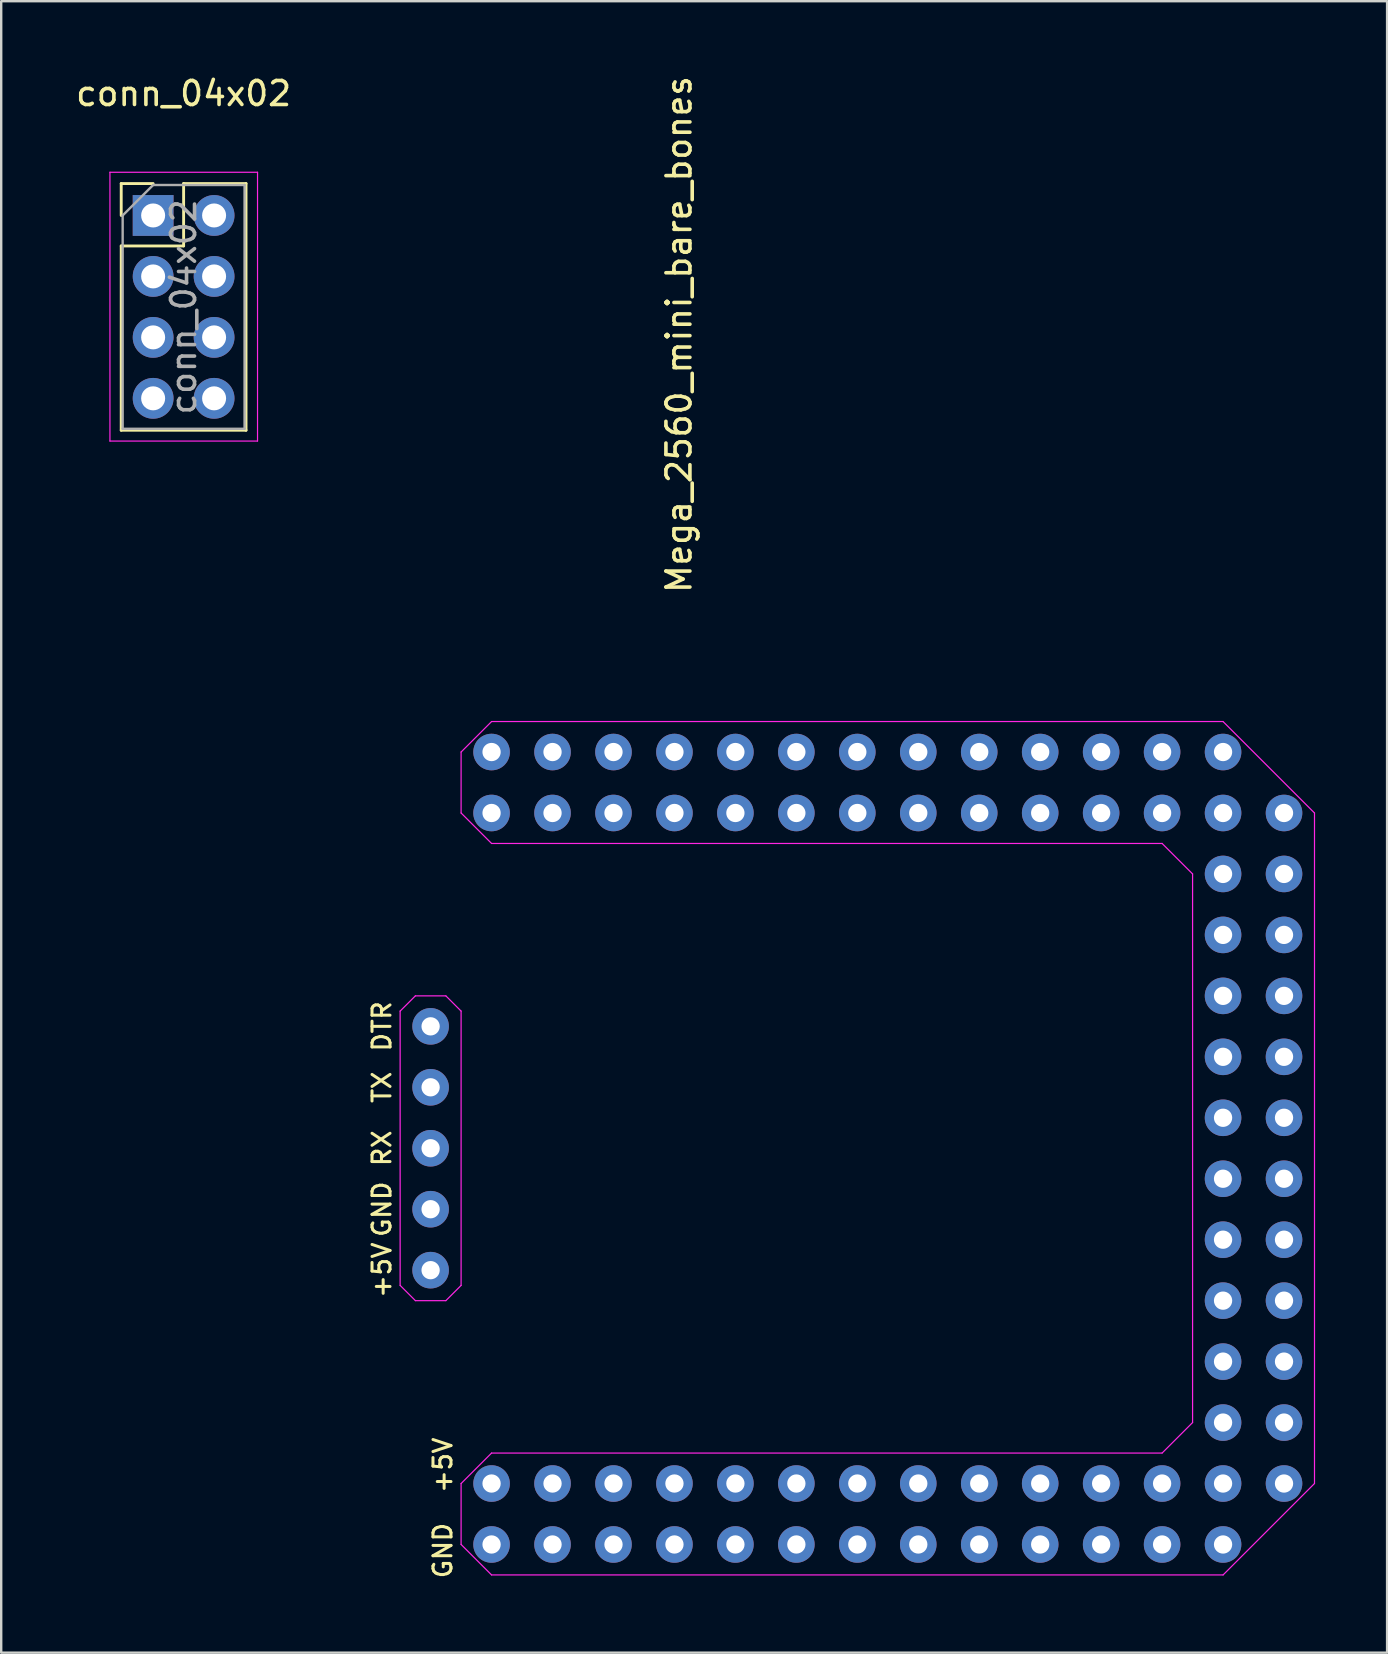
<source format=kicad_pcb>
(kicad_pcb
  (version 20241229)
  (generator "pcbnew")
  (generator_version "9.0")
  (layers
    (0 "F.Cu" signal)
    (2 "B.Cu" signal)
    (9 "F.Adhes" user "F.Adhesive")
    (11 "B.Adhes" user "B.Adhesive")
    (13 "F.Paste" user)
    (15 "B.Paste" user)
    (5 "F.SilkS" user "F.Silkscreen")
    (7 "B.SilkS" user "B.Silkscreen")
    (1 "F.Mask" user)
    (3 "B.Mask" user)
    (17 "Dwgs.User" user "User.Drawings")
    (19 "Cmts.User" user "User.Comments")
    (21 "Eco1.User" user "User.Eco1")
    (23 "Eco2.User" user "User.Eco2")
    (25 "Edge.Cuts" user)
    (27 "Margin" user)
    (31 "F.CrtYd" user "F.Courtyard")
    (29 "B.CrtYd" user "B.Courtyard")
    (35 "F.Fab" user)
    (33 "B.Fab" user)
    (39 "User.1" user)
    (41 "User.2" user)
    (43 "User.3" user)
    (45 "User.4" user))
  (footprint "Mega_2560_mini_bare_bones"
    (layer "F.Cu")
    (at 33.943 44.796)
    (property "Reference" "Mega_2560_mini_bare_bones" (at -8.7 -33.909 90) (layer "F.SilkS") (effects (font (size 1 1) (thickness 0.15))))
    (attr through_hole)
    (fp_line (start -20.32 -5.715) (end -20.32 5.715) (stroke (width 0.05) (type solid)) (layer "F.CrtYd"))
    (fp_line (start -20.32 -5.715) (end -19.685 -6.35) (stroke (width 0.05) (type solid)) (layer "F.CrtYd"))
    (fp_line (start -19.685 6.35) (end -20.32 5.715) (stroke (width 0.05) (type solid)) (layer "F.CrtYd"))
    (fp_line (start -18.415 -6.35) (end -19.685 -6.35) (stroke (width 0.05) (type solid)) (layer "F.CrtYd"))
    (fp_line (start -18.415 6.35) (end -19.685 6.35) (stroke (width 0.05) (type solid)) (layer "F.CrtYd"))
    (fp_line (start -17.78 -16.51) (end -17.78 -13.97) (stroke (width 0.05) (type solid)) (layer "F.CrtYd"))
    (fp_line (start -17.78 -5.715) (end -18.415 -6.35) (stroke (width 0.05) (type solid)) (layer "F.CrtYd"))
    (fp_line (start -17.78 -5.715) (end -17.78 5.715) (stroke (width 0.05) (type solid)) (layer "F.CrtYd"))
    (fp_line (start -17.78 5.715) (end -18.415 6.35) (stroke (width 0.05) (type solid)) (layer "F.CrtYd"))
    (fp_line (start -17.78 13.97) (end -17.78 16.51) (stroke (width 0.05) (type solid)) (layer "F.CrtYd"))
    (fp_line (start -17.78 13.97) (end -16.51 12.7) (stroke (width 0.05) (type solid)) (layer "F.CrtYd"))
    (fp_line (start -17.78 16.51) (end -16.51 17.78) (stroke (width 0.05) (type solid)) (layer "F.CrtYd"))
    (fp_line (start -16.51 -17.78) (end -17.78 -16.51) (stroke (width 0.05) (type solid)) (layer "F.CrtYd"))
    (fp_line (start -16.51 -12.7) (end -17.78 -13.97) (stroke (width 0.05) (type solid)) (layer "F.CrtYd"))
    (fp_line (start -16.51 17.78) (end 13.97 17.78) (stroke (width 0.05) (type solid)) (layer "F.CrtYd"))
    (fp_line (start 11.43 -12.7) (end -16.51 -12.7) (stroke (width 0.05) (type solid)) (layer "F.CrtYd"))
    (fp_line (start 11.43 -12.7) (end 12.7 -11.43) (stroke (width 0.05) (type solid)) (layer "F.CrtYd"))
    (fp_line (start 11.43 12.7) (end -16.51 12.7) (stroke (width 0.05) (type solid)) (layer "F.CrtYd"))
    (fp_line (start 12.7 -11.43) (end 12.7 11.43) (stroke (width 0.05) (type solid)) (layer "F.CrtYd"))
    (fp_line (start 12.7 11.43) (end 11.43 12.7) (stroke (width 0.05) (type solid)) (layer "F.CrtYd"))
    (fp_line (start 13.97 -17.78) (end -16.51 -17.78) (stroke (width 0.05) (type solid)) (layer "F.CrtYd"))
    (fp_line (start 13.97 -17.78) (end 17.78 -13.97) (stroke (width 0.05) (type solid)) (layer "F.CrtYd"))
    (fp_line (start 17.78 13.97) (end 13.97 17.78) (stroke (width 0.05) (type solid)) (layer "F.CrtYd"))
    (fp_line (start 17.78 13.97) (end 17.78 -13.97) (stroke (width 0.05) (type solid)) (layer "F.CrtYd"))
    (fp_text user "GND" (at -18.542 16.764 270) (layer "F.SilkS") (effects (font (size 0.75 0.75) (thickness 0.125))))
    (fp_text user "+5V" (at -18.542 13.208 270) (layer "F.SilkS") (effects (font (size 0.75 0.75) (thickness 0.125))))
    (fp_text user "+5V" (at -21.082 5.08 270) (layer "F.SilkS") (effects (font (size 0.75 0.75) (thickness 0.125))))
    (fp_text user "GND" (at -21.082 2.54 270) (layer "F.SilkS") (effects (font (size 0.75 0.75) (thickness 0.125))))
    (fp_text user "RX" (at -21.082 0 270) (layer "F.SilkS") (effects (font (size 0.75 0.75) (thickness 0.125))))
    (fp_text user "TX" (at -21.082 -2.54 270) (layer "F.SilkS") (effects (font (size 0.75 0.75) (thickness 0.125))))
    (fp_text user "DTR" (at -21.082 -5.08 270) (layer "F.SilkS") (effects (font (size 0.75 0.75) (thickness 0.125))))
    (pad "1" thru_hole circle (at -16.51 13.97) (size 1.524 1.524) (drill 0.762) (layers "*.Cu" "*.Mask"))
    (pad "2" thru_hole circle (at -13.97 13.97) (size 1.524 1.524) (drill 0.762) (layers "*.Cu" "*.Mask"))
    (pad "3" thru_hole circle (at -11.43 13.97) (size 1.524 1.524) (drill 0.762) (layers "*.Cu" "*.Mask"))
    (pad "4" thru_hole circle (at -8.89 13.97) (size 1.524 1.524) (drill 0.762) (layers "*.Cu" "*.Mask"))
    (pad "5" thru_hole circle (at -6.35 13.97) (size 1.524 1.524) (drill 0.762) (layers "*.Cu" "*.Mask"))
    (pad "6" thru_hole circle (at -3.81 13.97) (size 1.524 1.524) (drill 0.762) (layers "*.Cu" "*.Mask"))
    (pad "7" thru_hole circle (at -1.27 13.97) (size 1.524 1.524) (drill 0.762) (layers "*.Cu" "*.Mask"))
    (pad "8" thru_hole circle (at 1.27 13.97) (size 1.524 1.524) (drill 0.762) (layers "*.Cu" "*.Mask"))
    (pad "9" thru_hole circle (at 3.81 13.97) (size 1.524 1.524) (drill 0.762) (layers "*.Cu" "*.Mask"))
    (pad "10" thru_hole circle (at 6.35 13.97) (size 1.524 1.524) (drill 0.762) (layers "*.Cu" "*.Mask"))
    (pad "11" thru_hole circle (at 8.89 13.97) (size 1.524 1.524) (drill 0.762) (layers "*.Cu" "*.Mask"))
    (pad "12" thru_hole circle (at 11.43 13.97) (size 1.524 1.524) (drill 0.762) (layers "*.Cu" "*.Mask"))
    (pad "13" thru_hole circle (at 13.97 13.97) (size 1.524 1.524) (drill 0.762) (layers "*.Cu" "*.Mask"))
    (pad "14" thru_hole circle (at -16.51 16.51) (size 1.524 1.524) (drill 0.762) (layers "*.Cu" "*.Mask"))
    (pad "15" thru_hole circle (at -13.97 16.51) (size 1.524 1.524) (drill 0.762) (layers "*.Cu" "*.Mask"))
    (pad "16" thru_hole circle (at -11.43 16.51) (size 1.524 1.524) (drill 0.762) (layers "*.Cu" "*.Mask"))
    (pad "17" thru_hole circle (at -8.89 16.51) (size 1.524 1.524) (drill 0.762) (layers "*.Cu" "*.Mask"))
    (pad "18" thru_hole circle (at -6.35 16.51) (size 1.524 1.524) (drill 0.762) (layers "*.Cu" "*.Mask"))
    (pad "19" thru_hole circle (at -3.81 16.51) (size 1.524 1.524) (drill 0.762) (layers "*.Cu" "*.Mask"))
    (pad "20" thru_hole circle (at -1.27 16.51) (size 1.524 1.524) (drill 0.762) (layers "*.Cu" "*.Mask"))
    (pad "21" thru_hole circle (at 1.27 16.51) (size 1.524 1.524) (drill 0.762) (layers "*.Cu" "*.Mask"))
    (pad "22" thru_hole circle (at 3.81 16.51) (size 1.524 1.524) (drill 0.762) (layers "*.Cu" "*.Mask"))
    (pad "23" thru_hole circle (at 6.35 16.51) (size 1.524 1.524) (drill 0.762) (layers "*.Cu" "*.Mask"))
    (pad "24" thru_hole circle (at 8.89 16.51) (size 1.524 1.524) (drill 0.762) (layers "*.Cu" "*.Mask"))
    (pad "25" thru_hole circle (at 11.43 16.51) (size 1.524 1.524) (drill 0.762) (layers "*.Cu" "*.Mask"))
    (pad "26" thru_hole circle (at 13.97 16.51) (size 1.524 1.524) (drill 0.762) (layers "*.Cu" "*.Mask"))
    (pad "27" thru_hole circle (at 13.97 -11.43) (size 1.524 1.524) (drill 0.762) (layers "*.Cu" "*.Mask"))
    (pad "28" thru_hole circle (at 13.97 -8.89) (size 1.524 1.524) (drill 0.762) (layers "*.Cu" "*.Mask"))
    (pad "29" thru_hole circle (at 13.97 -6.35) (size 1.524 1.524) (drill 0.762) (layers "*.Cu" "*.Mask"))
    (pad "30" thru_hole circle (at 13.97 -3.81) (size 1.524 1.524) (drill 0.762) (layers "*.Cu" "*.Mask"))
    (pad "31" thru_hole circle (at 13.97 -1.27) (size 1.524 1.524) (drill 0.762) (layers "*.Cu" "*.Mask"))
    (pad "32" thru_hole circle (at 13.97 1.27) (size 1.524 1.524) (drill 0.762) (layers "*.Cu" "*.Mask"))
    (pad "33" thru_hole circle (at 13.97 3.81) (size 1.524 1.524) (drill 0.762) (layers "*.Cu" "*.Mask"))
    (pad "34" thru_hole circle (at 13.97 6.35) (size 1.524 1.524) (drill 0.762) (layers "*.Cu" "*.Mask"))
    (pad "35" thru_hole circle (at 13.97 8.89) (size 1.524 1.524) (drill 0.762) (layers "*.Cu" "*.Mask"))
    (pad "36" thru_hole circle (at 13.97 11.43) (size 1.524 1.524) (drill 0.762) (layers "*.Cu" "*.Mask"))
    (pad "37" thru_hole circle (at 16.51 -13.97) (size 1.524 1.524) (drill 0.762) (layers "*.Cu" "*.Mask"))
    (pad "38" thru_hole circle (at 16.51 -11.43) (size 1.524 1.524) (drill 0.762) (layers "*.Cu" "*.Mask"))
    (pad "39" thru_hole circle (at 16.51 -8.89) (size 1.524 1.524) (drill 0.762) (layers "*.Cu" "*.Mask"))
    (pad "40" thru_hole circle (at 16.51 -6.35) (size 1.524 1.524) (drill 0.762) (layers "*.Cu" "*.Mask"))
    (pad "41" thru_hole circle (at 16.51 -3.81) (size 1.524 1.524) (drill 0.762) (layers "*.Cu" "*.Mask"))
    (pad "42" thru_hole circle (at 16.51 -1.27) (size 1.524 1.524) (drill 0.762) (layers "*.Cu" "*.Mask"))
    (pad "43" thru_hole circle (at 16.51 1.27) (size 1.524 1.524) (drill 0.762) (layers "*.Cu" "*.Mask"))
    (pad "44" thru_hole circle (at 16.51 3.81) (size 1.524 1.524) (drill 0.762) (layers "*.Cu" "*.Mask"))
    (pad "45" thru_hole circle (at 16.51 6.35) (size 1.524 1.524) (drill 0.762) (layers "*.Cu" "*.Mask"))
    (pad "46" thru_hole circle (at 16.51 8.89) (size 1.524 1.524) (drill 0.762) (layers "*.Cu" "*.Mask"))
    (pad "47" thru_hole circle (at 16.51 11.43) (size 1.524 1.524) (drill 0.762) (layers "*.Cu" "*.Mask"))
    (pad "48" thru_hole circle (at 16.51 13.97) (size 1.524 1.524) (drill 0.762) (layers "*.Cu" "*.Mask"))
    (pad "49" thru_hole circle (at -16.51 -13.97) (size 1.524 1.524) (drill 0.762) (layers "*.Cu" "*.Mask"))
    (pad "50" thru_hole circle (at -13.97 -13.97) (size 1.524 1.524) (drill 0.762) (layers "*.Cu" "*.Mask"))
    (pad "51" thru_hole circle (at -11.43 -13.97) (size 1.524 1.524) (drill 0.762) (layers "*.Cu" "*.Mask"))
    (pad "52" thru_hole circle (at -8.89 -13.97) (size 1.524 1.524) (drill 0.762) (layers "*.Cu" "*.Mask"))
    (pad "53" thru_hole circle (at -6.35 -13.97) (size 1.524 1.524) (drill 0.762) (layers "*.Cu" "*.Mask"))
    (pad "54" thru_hole circle (at -3.81 -13.97) (size 1.524 1.524) (drill 0.762) (layers "*.Cu" "*.Mask"))
    (pad "55" thru_hole circle (at -1.27 -13.97) (size 1.524 1.524) (drill 0.762) (layers "*.Cu" "*.Mask"))
    (pad "56" thru_hole circle (at 1.27 -13.97) (size 1.524 1.524) (drill 0.762) (layers "*.Cu" "*.Mask"))
    (pad "57" thru_hole circle (at 3.81 -13.97) (size 1.524 1.524) (drill 0.762) (layers "*.Cu" "*.Mask"))
    (pad "58" thru_hole circle (at 6.35 -13.97) (size 1.524 1.524) (drill 0.762) (layers "*.Cu" "*.Mask"))
    (pad "59" thru_hole circle (at 8.89 -13.97) (size 1.524 1.524) (drill 0.762) (layers "*.Cu" "*.Mask"))
    (pad "60" thru_hole circle (at 11.43 -13.97) (size 1.524 1.524) (drill 0.762) (layers "*.Cu" "*.Mask"))
    (pad "61" thru_hole circle (at 13.97 -13.97) (size 1.524 1.524) (drill 0.762) (layers "*.Cu" "*.Mask"))
    (pad "62" thru_hole circle (at -16.51 -16.51) (size 1.524 1.524) (drill 0.762) (layers "*.Cu" "*.Mask"))
    (pad "63" thru_hole circle (at -13.97 -16.51) (size 1.524 1.524) (drill 0.762) (layers "*.Cu" "*.Mask"))
    (pad "64" thru_hole circle (at -11.43 -16.51) (size 1.524 1.524) (drill 0.762) (layers "*.Cu" "*.Mask"))
    (pad "65" thru_hole circle (at -8.89 -16.51) (size 1.524 1.524) (drill 0.762) (layers "*.Cu" "*.Mask"))
    (pad "66" thru_hole circle (at -6.35 -16.51) (size 1.524 1.524) (drill 0.762) (layers "*.Cu" "*.Mask"))
    (pad "67" thru_hole circle (at -3.81 -16.51) (size 1.524 1.524) (drill 0.762) (layers "*.Cu" "*.Mask"))
    (pad "68" thru_hole circle (at -1.27 -16.51) (size 1.524 1.524) (drill 0.762) (layers "*.Cu" "*.Mask"))
    (pad "69" thru_hole circle (at 1.27 -16.51) (size 1.524 1.524) (drill 0.762) (layers "*.Cu" "*.Mask"))
    (pad "70" thru_hole circle (at 3.81 -16.51) (size 1.524 1.524) (drill 0.762) (layers "*.Cu" "*.Mask"))
    (pad "71" thru_hole circle (at 6.35 -16.51) (size 1.524 1.524) (drill 0.762) (layers "*.Cu" "*.Mask"))
    (pad "72" thru_hole circle (at 8.89 -16.51) (size 1.524 1.524) (drill 0.762) (layers "*.Cu" "*.Mask"))
    (pad "73" thru_hole circle (at 11.43 -16.51) (size 1.524 1.524) (drill 0.762) (layers "*.Cu" "*.Mask"))
    (pad "74" thru_hole circle (at 13.97 -16.51) (size 1.524 1.524) (drill 0.762) (layers "*.Cu" "*.Mask"))
    (pad "75" thru_hole circle (at -19.05 -5.08) (size 1.524 1.524) (drill 0.762) (layers "*.Cu" "*.Mask"))
    (pad "76" thru_hole circle (at -19.05 -2.54) (size 1.524 1.524) (drill 0.762) (layers "*.Cu" "*.Mask"))
    (pad "77" thru_hole circle (at -19.05 0) (size 1.524 1.524) (drill 0.762) (layers "*.Cu" "*.Mask"))
    (pad "78" thru_hole circle (at -19.05 2.54) (size 1.524 1.524) (drill 0.762) (layers "*.Cu" "*.Mask"))
    (pad "79" thru_hole circle (at -19.05 5.08) (size 1.524 1.524) (drill 0.762) (layers "*.Cu" "*.Mask")))
  (footprint "conn_04x02"
    (layer "F.Cu")
    (at 4.601 9.738)
    (property "Reference" "conn_04x02" (at 0 -8.89 0) (layer "F.SilkS") (effects (font (size 1 1) (thickness 0.15))))
    (attr through_hole)
    (fp_line (start -2.6 -5.14) (end -1.27 -5.14) (stroke (width 0.12) (type solid)) (layer "F.SilkS"))
    (fp_line (start -2.6 -3.81) (end -2.6 -5.14) (stroke (width 0.12) (type solid)) (layer "F.SilkS"))
    (fp_line (start -2.6 -2.54) (end -2.6 5.14) (stroke (width 0.12) (type solid)) (layer "F.SilkS"))
    (fp_line (start -2.6 -2.54) (end 0 -2.54) (stroke (width 0.12) (type solid)) (layer "F.SilkS"))
    (fp_line (start -2.6 5.14) (end 2.6 5.14) (stroke (width 0.12) (type solid)) (layer "F.SilkS"))
    (fp_line (start 0 -5.14) (end 2.6 -5.14) (stroke (width 0.12) (type solid)) (layer "F.SilkS"))
    (fp_line (start 0 -2.54) (end 0 -5.14) (stroke (width 0.12) (type solid)) (layer "F.SilkS"))
    (fp_line (start 2.6 -5.14) (end 2.6 5.14) (stroke (width 0.12) (type solid)) (layer "F.SilkS"))
    (fp_line (start -3.07 -5.61) (end -3.07 5.59) (stroke (width 0.05) (type solid)) (layer "F.CrtYd"))
    (fp_line (start -3.07 5.59) (end 3.08 5.59) (stroke (width 0.05) (type solid)) (layer "F.CrtYd"))
    (fp_line (start 3.08 -5.61) (end -3.07 -5.61) (stroke (width 0.05) (type solid)) (layer "F.CrtYd"))
    (fp_line (start 3.08 5.59) (end 3.08 -5.61) (stroke (width 0.05) (type solid)) (layer "F.CrtYd"))
    (fp_line (start -2.54 -3.81) (end -1.27 -5.08) (stroke (width 0.1) (type solid)) (layer "F.Fab"))
    (fp_line (start -2.54 5.08) (end -2.54 -3.81) (stroke (width 0.1) (type solid)) (layer "F.Fab"))
    (fp_line (start -1.27 -5.08) (end 2.54 -5.08) (stroke (width 0.1) (type solid)) (layer "F.Fab"))
    (fp_line (start 2.54 -5.08) (end 2.54 5.08) (stroke (width 0.1) (type solid)) (layer "F.Fab"))
    (fp_line (start 2.54 5.08) (end -2.54 5.08) (stroke (width 0.1) (type solid)) (layer "F.Fab"))
    (fp_text user "${REFERENCE}" (at 0 0 90) (layer "F.Fab") (effects (font (size 1 1) (thickness 0.15))))
    (pad "1" thru_hole rect (at -1.27 -3.81) (size 1.7 1.7) (drill 1) (layers "*.Cu" "*.Mask"))
    (pad "2" thru_hole oval (at -1.27 -1.27) (size 1.7 1.7) (drill 1) (layers "*.Cu" "*.Mask"))
    (pad "3" thru_hole oval (at -1.27 1.27) (size 1.7 1.7) (drill 1) (layers "*.Cu" "*.Mask"))
    (pad "4" thru_hole oval (at -1.27 3.81) (size 1.7 1.7) (drill 1) (layers "*.Cu" "*.Mask"))
    (pad "5" thru_hole oval (at 1.27 3.81) (size 1.7 1.7) (drill 1) (layers "*.Cu" "*.Mask"))
    (pad "6" thru_hole oval (at 1.27 1.27) (size 1.7 1.7) (drill 1) (layers "*.Cu" "*.Mask"))
    (pad "7" thru_hole oval (at 1.27 -1.27) (size 1.7 1.7) (drill 1) (layers "*.Cu" "*.Mask"))
    (pad "8" thru_hole oval (at 1.27 -3.81) (size 1.7 1.7) (drill 1) (layers "*.Cu" "*.Mask")))
  (gr_rect
    (start -3 -3)
    (end 54.748 65.815)
    (stroke (width 0.1) (type default))
    (fill no)
    (layer "Edge.Cuts")))
</source>
